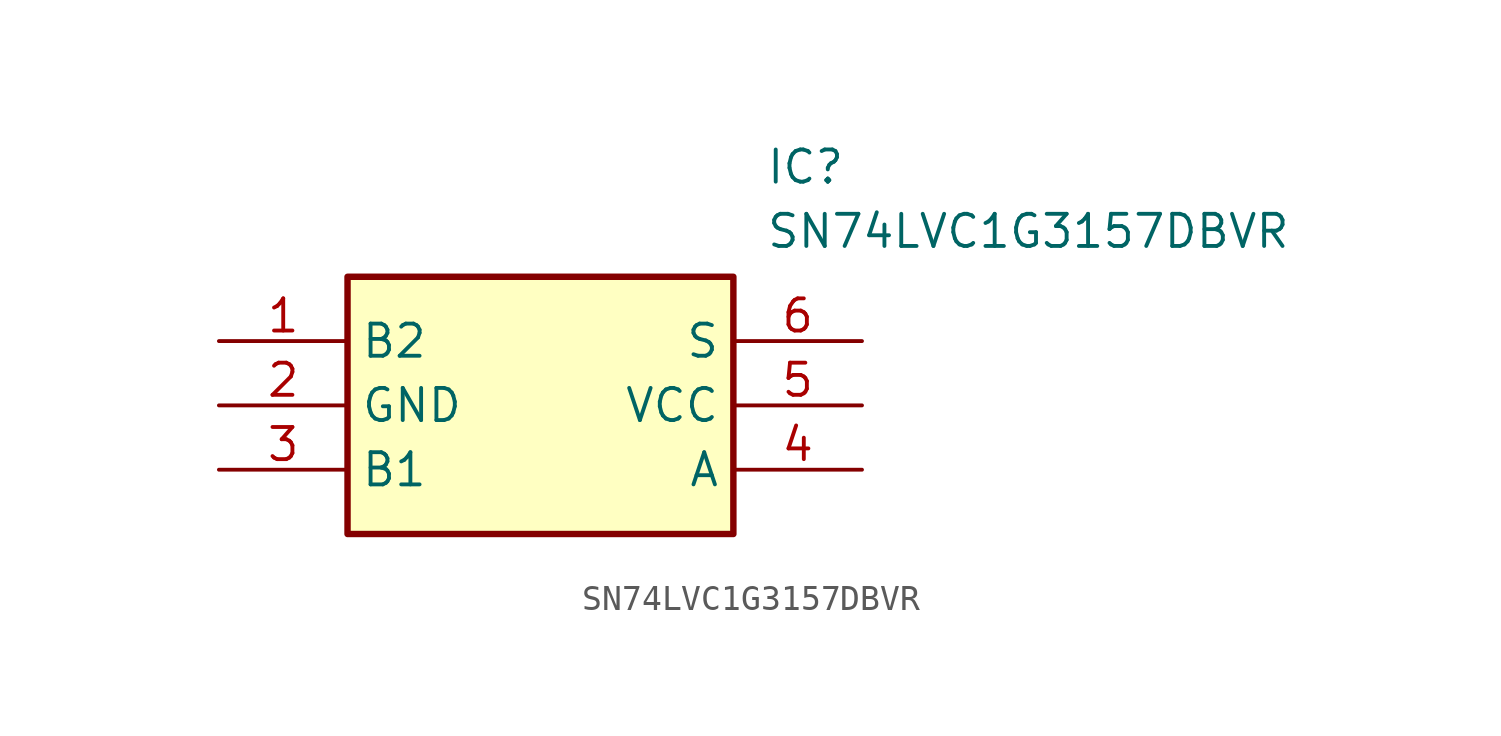
<source format=kicad_sym>
(kicad_symbol_lib
  (version 20211014)
  (generator SamacSys_ECAD_Model)
  (symbol "SN74LVC1G3157DBVR"
    (property "Reference" "IC"
      (at 21.59 7.62 0)
      (effects (font (size 1.27 1.27)) (justify left top)))
    (property "Value" "SN74LVC1G3157DBVR"
      (at 21.59 5.08 0)
      (effects (font (size 1.27 1.27)) (justify left top)))
    (rectangle
      (start 5.08 2.54)
      (end 20.32 -7.62)
      (stroke (width 0.254) (type default))
      (fill (type background)))
    (pin passive line
      (at 0 0 0)
      (length 5.08)
      (name "B2" (effects (font (size 1.27 1.27))))
      (number "1" (effects (font (size 1.27 1.27)))))
    (pin passive line
      (at 0 -2.54 0)
      (length 5.08)
      (name "GND" (effects (font (size 1.27 1.27))))
      (number "2" (effects (font (size 1.27 1.27)))))
    (pin passive line
      (at 0 -5.08 0)
      (length 5.08)
      (name "B1" (effects (font (size 1.27 1.27))))
      (number "3" (effects (font (size 1.27 1.27)))))
    (pin passive line
      (at 25.4 0 180)
      (length 5.08)
      (name "S" (effects (font (size 1.27 1.27))))
      (number "6" (effects (font (size 1.27 1.27)))))
    (pin passive line
      (at 25.4 -2.54 180)
      (length 5.08)
      (name "VCC" (effects (font (size 1.27 1.27))))
      (number "5" (effects (font (size 1.27 1.27)))))
    (pin passive line
      (at 25.4 -5.08 180)
      (length 5.08)
      (name "A" (effects (font (size 1.27 1.27))))
      (number "4" (effects (font (size 1.27 1.27)))))))
</source>
